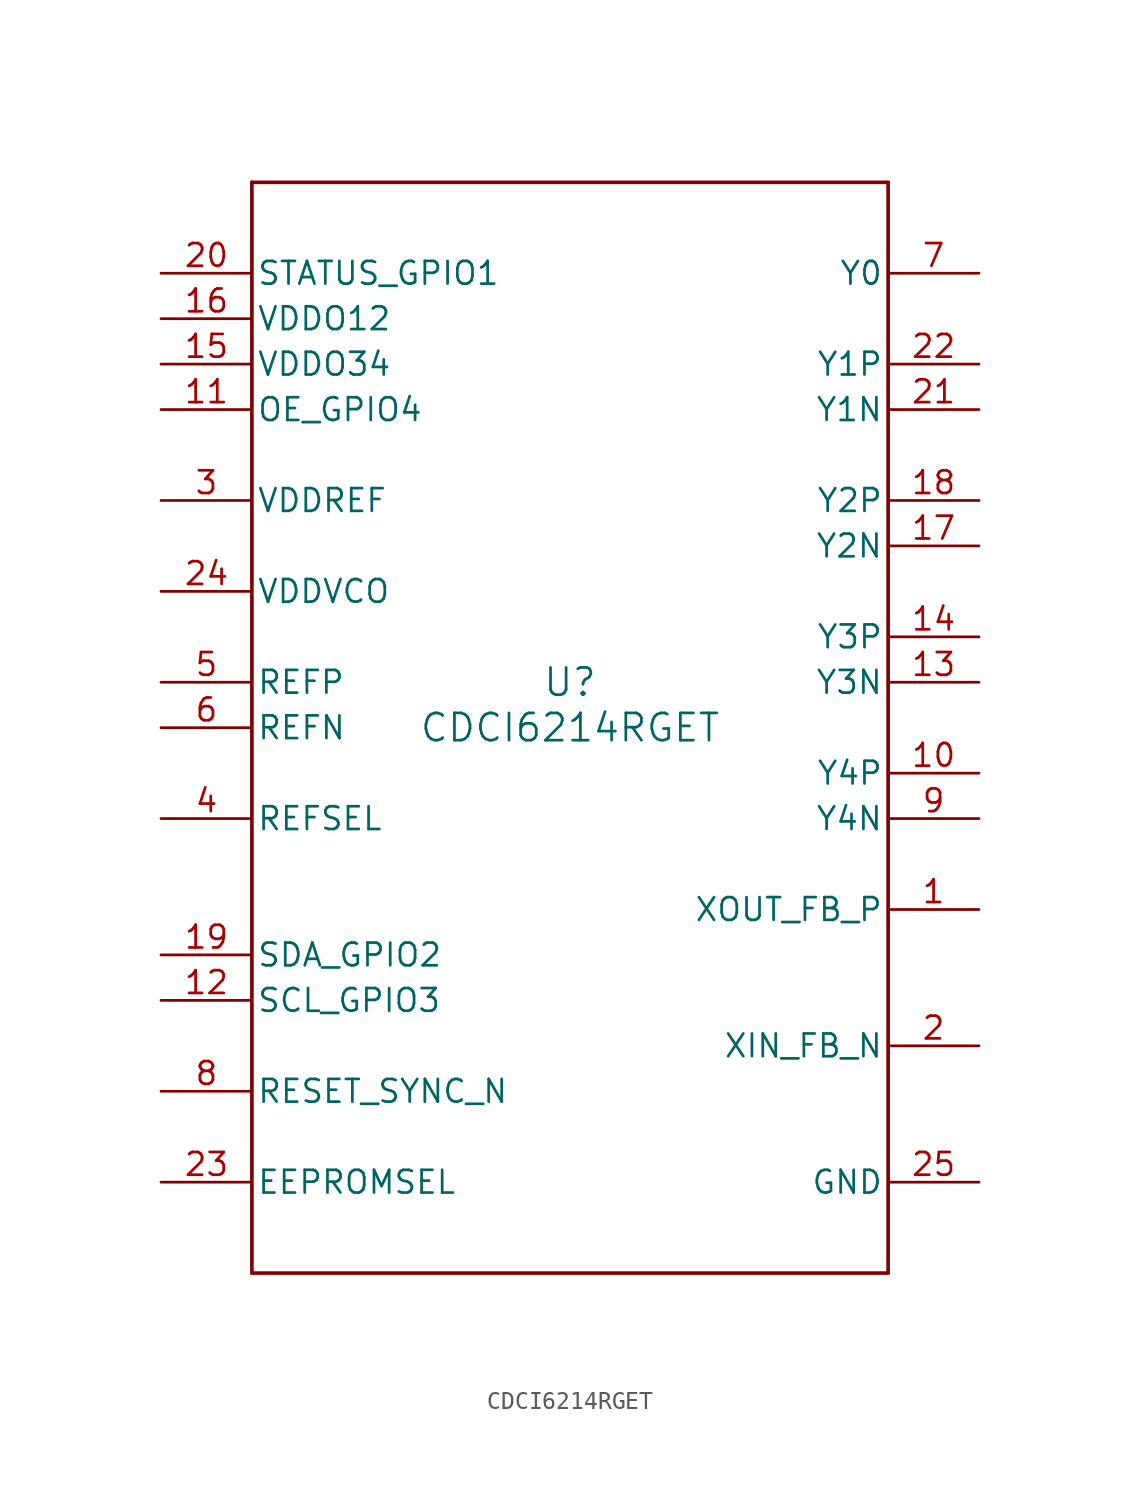
<source format=kicad_sym>
(kicad_symbol_lib
  (version 20211014)
  (generator kicad_symbol_editor)
  (symbol "CDCI6214RGET"
    (pin_names
      (offset 0.254))
    (property "Reference" "U"
      (at 0 2.54 0)
      (effects (font (size 1.524 1.524))))
    (property "Value" "CDCI6214RGET"
      (at 0 0 0)
      (effects (font (size 1.524 1.524))))
    (symbol "CDCI6214RGET_0_1"
      (polyline (pts (xy -17.78 -30.48) (xy 17.78 -30.48)) (stroke (width 0.203) (type default) (color 0 0 0 0)) (fill (type none)))
      (polyline (pts (xy 17.78 -30.48) (xy 17.78 30.48)) (stroke (width 0.203) (type default) (color 0 0 0 0)) (fill (type none)))
      (polyline (pts (xy 17.78 30.48) (xy -17.78 30.48)) (stroke (width 0.203) (type default) (color 0 0 0 0)) (fill (type none)))
      (polyline (pts (xy -17.78 30.48) (xy -17.78 -30.48)) (stroke (width 0.203) (type default) (color 0 0 0 0)) (fill (type none)))
      (pin unspecified line (at 22.86 -10.16 180) (length 5.08) (name "XOUT_FB_P" (effects (font (size 1.27 1.27)))) (number "1" (effects (font (size 1.27 1.27)))))
      (pin unspecified line (at 22.86 -17.78 180) (length 5.08) (name "XIN_FB_N" (effects (font (size 1.27 1.27)))) (number "2" (effects (font (size 1.27 1.27)))))
      (pin power_in line (at -22.86 12.7 0) (length 5.08) (name "VDDREF" (effects (font (size 1.27 1.27)))) (number "3" (effects (font (size 1.27 1.27)))))
      (pin input line (at -22.86 -5.08 0) (length 5.08) (name "REFSEL" (effects (font (size 1.27 1.27)))) (number "4" (effects (font (size 1.27 1.27)))))
      (pin input line (at -22.86 2.54 0) (length 5.08) (name "REFP" (effects (font (size 1.27 1.27)))) (number "5" (effects (font (size 1.27 1.27)))))
      (pin input line (at -22.86 0 0) (length 5.08) (name "REFN" (effects (font (size 1.27 1.27)))) (number "6" (effects (font (size 1.27 1.27)))))
      (pin output line (at 22.86 25.4 180) (length 5.08) (name "Y0" (effects (font (size 1.27 1.27)))) (number "7" (effects (font (size 1.27 1.27)))))
      (pin input line (at -22.86 -20.32 0) (length 5.08) (name "RESET_SYNC_N" (effects (font (size 1.27 1.27)))) (number "8" (effects (font (size 1.27 1.27)))))
      (pin output line (at 22.86 -5.08 180) (length 5.08) (name "Y4N" (effects (font (size 1.27 1.27)))) (number "9" (effects (font (size 1.27 1.27)))))
      (pin output line (at 22.86 -2.54 180) (length 5.08) (name "Y4P" (effects (font (size 1.27 1.27)))) (number "10" (effects (font (size 1.27 1.27)))))
      (pin bidirectional line (at -22.86 17.78 0) (length 5.08) (name "OE_GPIO4" (effects (font (size 1.27 1.27)))) (number "11" (effects (font (size 1.27 1.27)))))
      (pin bidirectional line (at -22.86 -15.24 0) (length 5.08) (name "SCL_GPIO3" (effects (font (size 1.27 1.27)))) (number "12" (effects (font (size 1.27 1.27)))))
      (pin output line (at 22.86 2.54 180) (length 5.08) (name "Y3N" (effects (font (size 1.27 1.27)))) (number "13" (effects (font (size 1.27 1.27)))))
      (pin output line (at 22.86 5.08 180) (length 5.08) (name "Y3P" (effects (font (size 1.27 1.27)))) (number "14" (effects (font (size 1.27 1.27)))))
      (pin power_in line (at -22.86 20.32 0) (length 5.08) (name "VDDO34" (effects (font (size 1.27 1.27)))) (number "15" (effects (font (size 1.27 1.27)))))
      (pin power_in line (at -22.86 22.86 0) (length 5.08) (name "VDDO12" (effects (font (size 1.27 1.27)))) (number "16" (effects (font (size 1.27 1.27)))))
      (pin output line (at 22.86 10.16 180) (length 5.08) (name "Y2N" (effects (font (size 1.27 1.27)))) (number "17" (effects (font (size 1.27 1.27)))))
      (pin output line (at 22.86 12.7 180) (length 5.08) (name "Y2P" (effects (font (size 1.27 1.27)))) (number "18" (effects (font (size 1.27 1.27)))))
      (pin bidirectional line (at -22.86 -12.7 0) (length 5.08) (name "SDA_GPIO2" (effects (font (size 1.27 1.27)))) (number "19" (effects (font (size 1.27 1.27)))))
      (pin bidirectional line (at -22.86 25.4 0) (length 5.08) (name "STATUS_GPIO1" (effects (font (size 1.27 1.27)))) (number "20" (effects (font (size 1.27 1.27)))))
      (pin output line (at 22.86 17.78 180) (length 5.08) (name "Y1N" (effects (font (size 1.27 1.27)))) (number "21" (effects (font (size 1.27 1.27)))))
      (pin output line (at 22.86 20.32 180) (length 5.08) (name "Y1P" (effects (font (size 1.27 1.27)))) (number "22" (effects (font (size 1.27 1.27)))))
      (pin input line (at -22.86 -25.4 0) (length 5.08) (name "EEPROMSEL" (effects (font (size 1.27 1.27)))) (number "23" (effects (font (size 1.27 1.27)))))
      (pin power_in line (at -22.86 7.62 0) (length 5.08) (name "VDDVCO" (effects (font (size 1.27 1.27)))) (number "24" (effects (font (size 1.27 1.27)))))
      (pin power_in line (at 22.86 -25.4 180) (length 5.08) (name "GND" (effects (font (size 1.27 1.27)))) (number "25" (effects (font (size 1.27 1.27))))))))
</source>
